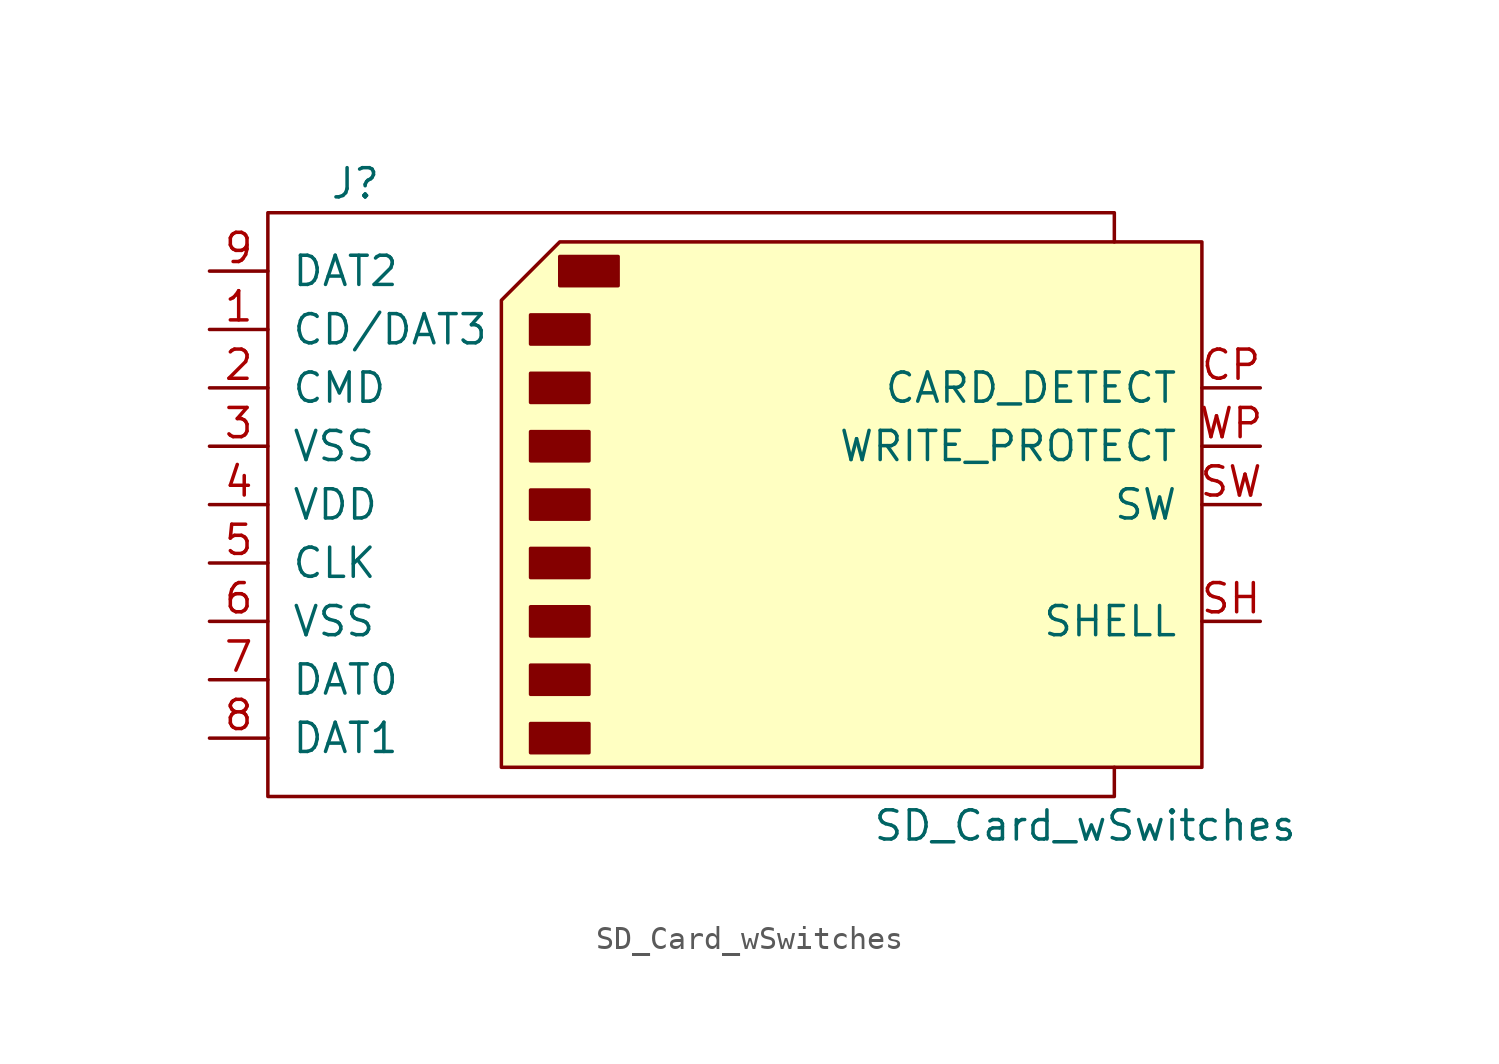
<source format=kicad_sym>
(kicad_symbol_lib
  (version 20211014)
  (generator kicad_symbol_editor)
  (symbol "SD_Card_wSwitches"
    (pin_names
      (offset 1.016))
    (property "Reference" "J"
      (at -16.51 13.97 0)
      (effects (font (size 1.27 1.27))))
    (property "Value" "SD_Card_wSwitches"
      (at 15.24 -13.97 0)
      (effects (font (size 1.27 1.27))))
    (symbol "SD_Card_wSwitches_0_1"
      (rectangle (start -8.89 -9.525) (end -6.35 -10.795) (stroke (width 0) (type default) (color 0 0 0 0)) (fill (type outline)))
      (rectangle (start -8.89 -6.985) (end -6.35 -8.255) (stroke (width 0) (type default) (color 0 0 0 0)) (fill (type outline)))
      (rectangle (start -8.89 -4.445) (end -6.35 -5.715) (stroke (width 0) (type default) (color 0 0 0 0)) (fill (type outline)))
      (rectangle (start -8.89 -1.905) (end -6.35 -3.175) (stroke (width 0) (type default) (color 0 0 0 0)) (fill (type outline)))
      (rectangle (start -8.89 0.635) (end -6.35 -0.635) (stroke (width 0) (type default) (color 0 0 0 0)) (fill (type outline)))
      (rectangle (start -8.89 3.175) (end -6.35 1.905) (stroke (width 0) (type default) (color 0 0 0 0)) (fill (type outline)))
      (rectangle (start -8.89 5.715) (end -6.35 4.445) (stroke (width 0) (type default) (color 0 0 0 0)) (fill (type outline)))
      (rectangle (start -8.89 8.255) (end -6.35 6.985) (stroke (width 0) (type default) (color 0 0 0 0)) (fill (type outline)))
      (rectangle (start -7.62 10.795) (end -5.08 9.525) (stroke (width 0) (type default) (color 0 0 0 0)) (fill (type outline)))
      (polyline (pts (xy -10.16 8.89) (xy -7.62 11.43) (xy 20.32 11.43) (xy 20.32 -11.43) (xy -10.16 -11.43) (xy -10.16 8.89)) (stroke (width 0) (type default) (color 0 0 0 0)) (fill (type background)))
      (polyline (pts (xy 16.51 11.43) (xy 16.51 12.7) (xy -20.32 12.7) (xy -20.32 -12.7) (xy 16.51 -12.7) (xy 16.51 -11.43)) (stroke (width 0) (type default) (color 0 0 0 0)) (fill (type none))))
    (symbol "SD_Card_wSwitches_1_1"
      (pin input line (at -22.86 7.62 0) (length 2.54) (name "CD/DAT3" (effects (font (size 1.27 1.27)))) (number "1" (effects (font (size 1.27 1.27)))))
      (pin input line (at -22.86 5.08 0) (length 2.54) (name "CMD" (effects (font (size 1.27 1.27)))) (number "2" (effects (font (size 1.27 1.27)))))
      (pin power_in line (at -22.86 2.54 0) (length 2.54) (name "VSS" (effects (font (size 1.27 1.27)))) (number "3" (effects (font (size 1.27 1.27)))))
      (pin power_in line (at -22.86 0 0) (length 2.54) (name "VDD" (effects (font (size 1.27 1.27)))) (number "4" (effects (font (size 1.27 1.27)))))
      (pin input line (at -22.86 -2.54 0) (length 2.54) (name "CLK" (effects (font (size 1.27 1.27)))) (number "5" (effects (font (size 1.27 1.27)))))
      (pin power_in line (at -22.86 -5.08 0) (length 2.54) (name "VSS" (effects (font (size 1.27 1.27)))) (number "6" (effects (font (size 1.27 1.27)))))
      (pin input line (at -22.86 -7.62 0) (length 2.54) (name "DAT0" (effects (font (size 1.27 1.27)))) (number "7" (effects (font (size 1.27 1.27)))))
      (pin input line (at -22.86 -10.16 0) (length 2.54) (name "DAT1" (effects (font (size 1.27 1.27)))) (number "8" (effects (font (size 1.27 1.27)))))
      (pin input line (at -22.86 10.16 0) (length 2.54) (name "DAT2" (effects (font (size 1.27 1.27)))) (number "9" (effects (font (size 1.27 1.27)))))
      (pin input line (at 22.86 5.08 180) (length 2.54) (name "CARD_DETECT" (effects (font (size 1.27 1.27)))) (number "CP" (effects (font (size 1.27 1.27)))))
      (pin input line (at 22.86 -5.08 180) (length 2.54) (name "SHELL" (effects (font (size 1.27 1.27)))) (number "SH" (effects (font (size 1.27 1.27)))))
      (pin input line (at 22.86 0 180) (length 2.54) (name "SW" (effects (font (size 1.27 1.27)))) (number "SW" (effects (font (size 1.27 1.27)))))
      (pin input line (at 22.86 2.54 180) (length 2.54) (name "WRITE_PROTECT" (effects (font (size 1.27 1.27)))) (number "WP" (effects (font (size 1.27 1.27))))))))
</source>
